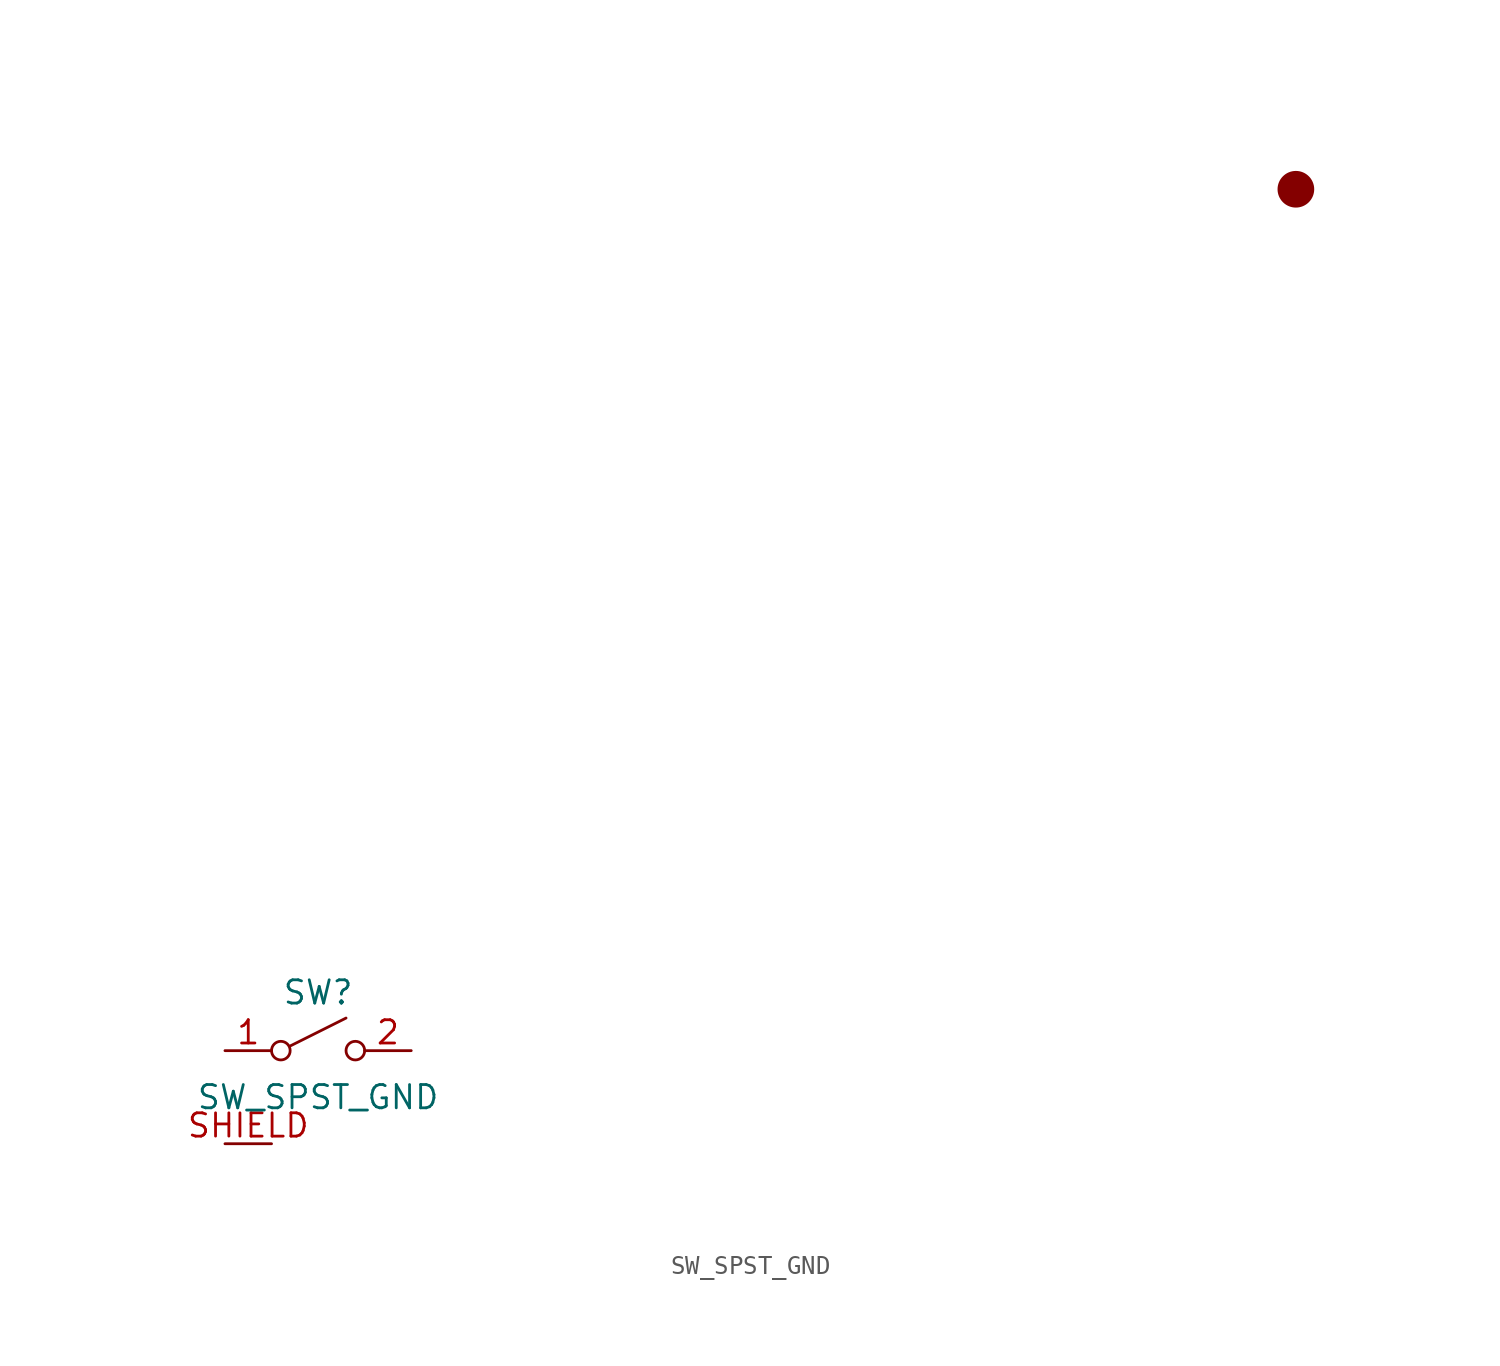
<source format=kicad_sym>
(kicad_symbol_lib
  (version 20211014)
  (generator kicad_symbol_editor)
  (symbol "SW_SPST_GND"
    (pin_names
      (offset 0) hide)
    (property "Reference" "SW"
      (at 0 3.175 0)
      (effects (font (size 1.27 1.27))))
    (property "Value" "SW_SPST_GND"
      (at 0 -2.54 0)
      (effects (font (size 1.27 1.27))))
    (symbol "SW_SPST_GND_0_0"
      (circle (center -2.032 0) (radius 0.508) (stroke (width 0) (type default) (color 0 0 0 0)) (fill (type none)))
      (polyline (pts (xy -1.524 0.254) (xy 1.524 1.778)) (stroke (width 0) (type default) (color 0 0 0 0)) (fill (type none)))
      (circle (center 2.032 0) (radius 0.508) (stroke (width 0) (type default) (color 0 0 0 0)) (fill (type none)))
      (arc (start 53.34 46.99) (mid 53.34 46.99) (end 53.34 46.99) (stroke (width 0) (type default) (color 0 0 0 0)) (fill (type none)))
      (arc (start 53.34 46.99) (mid 53.34 46.99) (end 53.34 46.99) (stroke (width 0) (type default) (color 0 0 0 0)) (fill (type none)))
      (arc (start 53.34 46.99) (mid 53.34 46.99) (end 53.34 46.99) (stroke (width 2) (type default) (color 0 0 0 0)) (fill (type none))))
    (symbol "SW_SPST_GND_1_1"
      (pin passive line (at -5.08 0 0) (length 2.54) (name "A" (effects (font (size 1.27 1.27)))) (number "1" (effects (font (size 1.27 1.27)))))
      (pin passive line (at 5.08 0 180) (length 2.54) (name "B" (effects (font (size 1.27 1.27)))) (number "2" (effects (font (size 1.27 1.27)))))
      (pin power_in line (at -5.08 -5.08 0) (length 2.54) (name "SHIELD" (effects (font (size 1.27 1.27)))) (number "SHIELD" (effects (font (size 1.27 1.27))))))))
</source>
